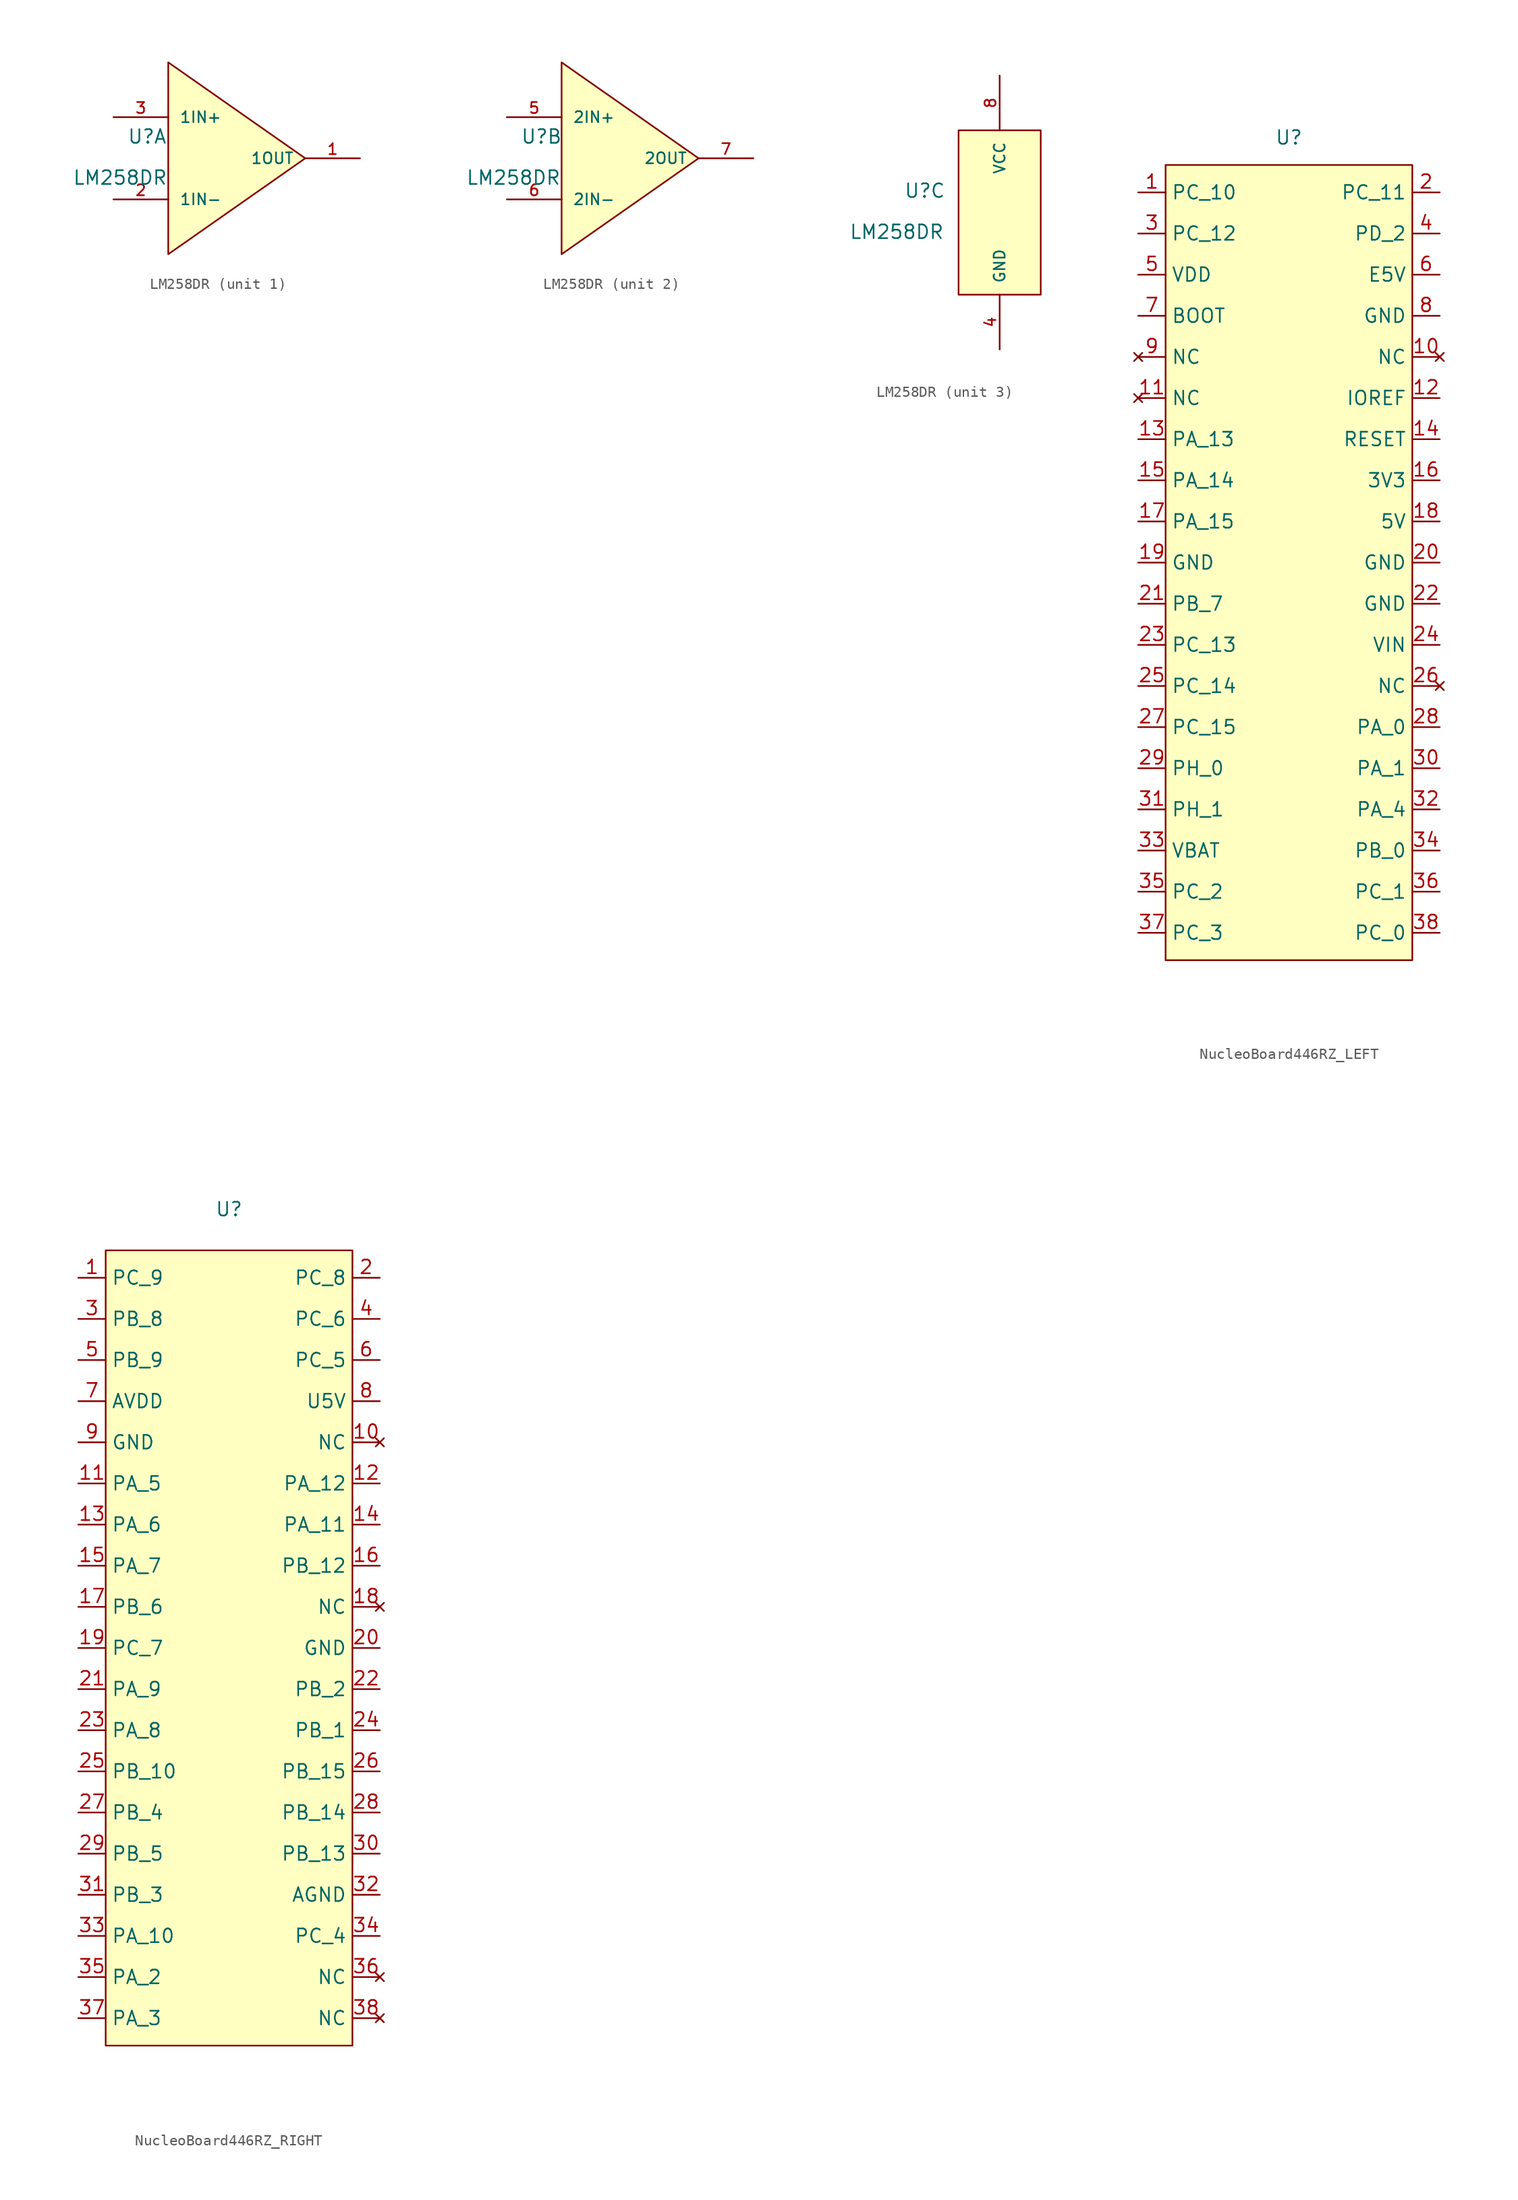
<source format=kicad_sym>
(kicad_symbol_lib
  (version 20220914)
  (generator kicad_symbol_editor)
  (symbol "LM258DR"
    (pin_names
      (offset 1.016))
    (property "Reference" "U"
      (at -8.89 1.27 0)
      (effects (font (size 1.27 1.27)) (justify left bottom)))
    (property "Value" "LM258DR"
      (at -13.97 -2.54 0)
      (effects (font (size 1.27 1.27)) (justify left bottom)))
    (symbol "LM258DR_1_0"
      (pin output line (at 12.7 0 180) (length 5.08) (name "1OUT" (effects (font (size 1.016 1.016)))) (number "1" (effects (font (size 1.016 1.016)))))
      (pin input line (at -10.16 -3.81 0) (length 5.08) (name "1IN-" (effects (font (size 1.016 1.016)))) (number "2" (effects (font (size 1.016 1.016)))))
      (pin input line (at -10.16 3.81 0) (length 5.08) (name "1IN+" (effects (font (size 1.016 1.016)))) (number "3" (effects (font (size 1.016 1.016))))))
    (symbol "LM258DR_1_1"
      (polyline (pts (xy -5.08 -8.89) (xy -5.08 8.89) (xy 7.62 0) (xy -5.08 -8.89)) (stroke (width 0) (type default)) (fill (type background))))
    (symbol "LM258DR_2_0"
      (pin input line (at -10.16 3.81 0) (length 5.08) (name "2IN+" (effects (font (size 1.016 1.016)))) (number "5" (effects (font (size 1.016 1.016)))))
      (pin input line (at -10.16 -3.81 0) (length 5.08) (name "2IN-" (effects (font (size 1.016 1.016)))) (number "6" (effects (font (size 1.016 1.016)))))
      (pin output line (at 12.7 0 180) (length 5.08) (name "2OUT" (effects (font (size 1.016 1.016)))) (number "7" (effects (font (size 1.016 1.016))))))
    (symbol "LM258DR_2_1"
      (polyline (pts (xy -5.08 -8.89) (xy -5.08 8.89) (xy 7.62 0) (xy -5.08 -8.89)) (stroke (width 0) (type default)) (fill (type background))))
    (symbol "LM258DR_3_0"
      (pin power_in line (at 0 -12.7 90) (length 5.08) (name "GND" (effects (font (size 1.016 1.016)))) (number "4" (effects (font (size 1.016 1.016)))))
      (pin power_in line (at 0 12.7 270) (length 5.08) (name "VCC" (effects (font (size 1.016 1.016)))) (number "8" (effects (font (size 1.016 1.016))))))
    (symbol "LM258DR_3_1"
      (rectangle (start -3.81 7.62) (end 3.81 -7.62) (stroke (width 0) (type default)) (fill (type background)))))
  (symbol "NucleoBoard446RZ_LEFT"
    (property "Reference" "U"
      (at 0 36.83 0)
      (effects (font (size 1.27 1.27))))
    (property "Value" ""
      (at 8.89 0 0)
      (effects (font (size 1.27 1.27))))
    (symbol "NucleoBoard446RZ_LEFT_0_1"
      (rectangle (start -11.43 34.29) (end 11.43 -39.37) (stroke (width 0) (type default) (color 132 0 0 1)) (fill (type background))))
    (symbol "NucleoBoard446RZ_LEFT_1_1"
      (pin bidirectional line (at -13.97 31.75 0) (length 2.54) (name "PC_10" (effects (font (size 1.27 1.27)))) (number "1" (effects (font (size 1.27 1.27)))))
      (pin no_connect line (at 13.97 16.51 180) (length 2.54) (name "NC" (effects (font (size 1.27 1.27)))) (number "10" (effects (font (size 1.27 1.27)))))
      (pin no_connect line (at -13.97 12.7 0) (length 2.54) (name "NC" (effects (font (size 1.27 1.27)))) (number "11" (effects (font (size 1.27 1.27)))))
      (pin power_in line (at 13.97 12.7 180) (length 2.54) (name "IOREF" (effects (font (size 1.27 1.27)))) (number "12" (effects (font (size 1.27 1.27)))))
      (pin bidirectional line (at -13.97 8.89 0) (length 2.54) (name "PA_13" (effects (font (size 1.27 1.27)))) (number "13" (effects (font (size 1.27 1.27)))))
      (pin input line (at 13.97 8.89 180) (length 2.54) (name "RESET" (effects (font (size 1.27 1.27)))) (number "14" (effects (font (size 1.27 1.27)))))
      (pin bidirectional line (at -13.97 5.08 0) (length 2.54) (name "PA_14" (effects (font (size 1.27 1.27)))) (number "15" (effects (font (size 1.27 1.27)))))
      (pin power_in line (at 13.97 5.08 180) (length 2.54) (name "3V3" (effects (font (size 1.27 1.27)))) (number "16" (effects (font (size 1.27 1.27)))))
      (pin bidirectional line (at -13.97 1.27 0) (length 2.54) (name "PA_15" (effects (font (size 1.27 1.27)))) (number "17" (effects (font (size 1.27 1.27)))))
      (pin power_in line (at 13.97 1.27 180) (length 2.54) (name "5V" (effects (font (size 1.27 1.27)))) (number "18" (effects (font (size 1.27 1.27)))))
      (pin power_in line (at -13.97 -2.54 0) (length 2.54) (name "GND" (effects (font (size 1.27 1.27)))) (number "19" (effects (font (size 1.27 1.27)))))
      (pin bidirectional line (at 13.97 31.75 180) (length 2.54) (name "PC_11" (effects (font (size 1.27 1.27)))) (number "2" (effects (font (size 1.27 1.27)))))
      (pin power_in line (at 13.97 -2.54 180) (length 2.54) (name "GND" (effects (font (size 1.27 1.27)))) (number "20" (effects (font (size 1.27 1.27)))))
      (pin bidirectional line (at -13.97 -6.35 0) (length 2.54) (name "PB_7" (effects (font (size 1.27 1.27)))) (number "21" (effects (font (size 1.27 1.27)))))
      (pin power_in line (at 13.97 -6.35 180) (length 2.54) (name "GND" (effects (font (size 1.27 1.27)))) (number "22" (effects (font (size 1.27 1.27)))))
      (pin bidirectional line (at -13.97 -10.16 0) (length 2.54) (name "PC_13" (effects (font (size 1.27 1.27)))) (number "23" (effects (font (size 1.27 1.27)))))
      (pin power_in line (at 13.97 -10.16 180) (length 2.54) (name "VIN" (effects (font (size 1.27 1.27)))) (number "24" (effects (font (size 1.27 1.27)))))
      (pin bidirectional line (at -13.97 -13.97 0) (length 2.54) (name "PC_14" (effects (font (size 1.27 1.27)))) (number "25" (effects (font (size 1.27 1.27)))))
      (pin no_connect line (at 13.97 -13.97 180) (length 2.54) (name "NC" (effects (font (size 1.27 1.27)))) (number "26" (effects (font (size 1.27 1.27)))))
      (pin bidirectional line (at -13.97 -17.78 0) (length 2.54) (name "PC_15" (effects (font (size 1.27 1.27)))) (number "27" (effects (font (size 1.27 1.27)))))
      (pin bidirectional line (at 13.97 -17.78 180) (length 2.54) (name "PA_0" (effects (font (size 1.27 1.27)))) (number "28" (effects (font (size 1.27 1.27)))))
      (pin bidirectional line (at -13.97 -21.59 0) (length 2.54) (name "PH_0" (effects (font (size 1.27 1.27)))) (number "29" (effects (font (size 1.27 1.27)))))
      (pin bidirectional line (at -13.97 27.94 0) (length 2.54) (name "PC_12" (effects (font (size 1.27 1.27)))) (number "3" (effects (font (size 1.27 1.27)))))
      (pin bidirectional line (at 13.97 -21.59 180) (length 2.54) (name "PA_1" (effects (font (size 1.27 1.27)))) (number "30" (effects (font (size 1.27 1.27)))))
      (pin bidirectional line (at -13.97 -25.4 0) (length 2.54) (name "PH_1" (effects (font (size 1.27 1.27)))) (number "31" (effects (font (size 1.27 1.27)))))
      (pin bidirectional line (at 13.97 -25.4 180) (length 2.54) (name "PA_4" (effects (font (size 1.27 1.27)))) (number "32" (effects (font (size 1.27 1.27)))))
      (pin power_in line (at -13.97 -29.21 0) (length 2.54) (name "VBAT" (effects (font (size 1.27 1.27)))) (number "33" (effects (font (size 1.27 1.27)))))
      (pin bidirectional line (at 13.97 -29.21 180) (length 2.54) (name "PB_0" (effects (font (size 1.27 1.27)))) (number "34" (effects (font (size 1.27 1.27)))))
      (pin bidirectional line (at -13.97 -33.02 0) (length 2.54) (name "PC_2" (effects (font (size 1.27 1.27)))) (number "35" (effects (font (size 1.27 1.27)))))
      (pin bidirectional line (at 13.97 -33.02 180) (length 2.54) (name "PC_1" (effects (font (size 1.27 1.27)))) (number "36" (effects (font (size 1.27 1.27)))))
      (pin bidirectional line (at -13.97 -36.83 0) (length 2.54) (name "PC_3" (effects (font (size 1.27 1.27)))) (number "37" (effects (font (size 1.27 1.27)))))
      (pin bidirectional line (at 13.97 -36.83 180) (length 2.54) (name "PC_0" (effects (font (size 1.27 1.27)))) (number "38" (effects (font (size 1.27 1.27)))))
      (pin bidirectional line (at 13.97 27.94 180) (length 2.54) (name "PD_2" (effects (font (size 1.27 1.27)))) (number "4" (effects (font (size 1.27 1.27)))))
      (pin power_in line (at -13.97 24.13 0) (length 2.54) (name "VDD" (effects (font (size 1.27 1.27)))) (number "5" (effects (font (size 1.27 1.27)))))
      (pin power_in line (at 13.97 24.13 180) (length 2.54) (name "E5V" (effects (font (size 1.27 1.27)))) (number "6" (effects (font (size 1.27 1.27)))))
      (pin output line (at -13.97 20.32 0) (length 2.54) (name "BOOT" (effects (font (size 1.27 1.27)))) (number "7" (effects (font (size 1.27 1.27)))))
      (pin power_in line (at 13.97 20.32 180) (length 2.54) (name "GND" (effects (font (size 1.27 1.27)))) (number "8" (effects (font (size 1.27 1.27)))))
      (pin no_connect line (at -13.97 16.51 0) (length 2.54) (name "NC" (effects (font (size 1.27 1.27)))) (number "9" (effects (font (size 1.27 1.27)))))))
  (symbol "NucleoBoard446RZ_RIGHT"
    (property "Reference" "U"
      (at 0 38.1 0)
      (effects (font (size 1.27 1.27))))
    (property "Value" ""
      (at -3.81 24.13 0)
      (effects (font (size 1.27 1.27))))
    (symbol "NucleoBoard446RZ_RIGHT_0_1"
      (rectangle (start -11.43 34.29) (end 11.43 -39.37) (stroke (width 0) (type default) (color 132 0 0 1)) (fill (type background))))
    (symbol "NucleoBoard446RZ_RIGHT_1_1"
      (pin bidirectional line (at -13.97 31.75 0) (length 2.54) (name "PC_9" (effects (font (size 1.27 1.27)))) (number "1" (effects (font (size 1.27 1.27)))))
      (pin no_connect line (at 13.97 16.51 180) (length 2.54) (name "NC" (effects (font (size 1.27 1.27)))) (number "10" (effects (font (size 1.27 1.27)))))
      (pin bidirectional line (at -13.97 12.7 0) (length 2.54) (name "PA_5" (effects (font (size 1.27 1.27)))) (number "11" (effects (font (size 1.27 1.27)))))
      (pin bidirectional line (at 13.97 12.7 180) (length 2.54) (name "PA_12" (effects (font (size 1.27 1.27)))) (number "12" (effects (font (size 1.27 1.27)))))
      (pin bidirectional line (at -13.97 8.89 0) (length 2.54) (name "PA_6" (effects (font (size 1.27 1.27)))) (number "13" (effects (font (size 1.27 1.27)))))
      (pin bidirectional line (at 13.97 8.89 180) (length 2.54) (name "PA_11" (effects (font (size 1.27 1.27)))) (number "14" (effects (font (size 1.27 1.27)))))
      (pin bidirectional line (at -13.97 5.08 0) (length 2.54) (name "PA_7" (effects (font (size 1.27 1.27)))) (number "15" (effects (font (size 1.27 1.27)))))
      (pin bidirectional line (at 13.97 5.08 180) (length 2.54) (name "PB_12" (effects (font (size 1.27 1.27)))) (number "16" (effects (font (size 1.27 1.27)))))
      (pin bidirectional line (at -13.97 1.27 0) (length 2.54) (name "PB_6" (effects (font (size 1.27 1.27)))) (number "17" (effects (font (size 1.27 1.27)))))
      (pin no_connect line (at 13.97 1.27 180) (length 2.54) (name "NC" (effects (font (size 1.27 1.27)))) (number "18" (effects (font (size 1.27 1.27)))))
      (pin bidirectional line (at -13.97 -2.54 0) (length 2.54) (name "PC_7" (effects (font (size 1.27 1.27)))) (number "19" (effects (font (size 1.27 1.27)))))
      (pin bidirectional line (at 13.97 31.75 180) (length 2.54) (name "PC_8" (effects (font (size 1.27 1.27)))) (number "2" (effects (font (size 1.27 1.27)))))
      (pin power_in line (at 13.97 -2.54 180) (length 2.54) (name "GND" (effects (font (size 1.27 1.27)))) (number "20" (effects (font (size 1.27 1.27)))))
      (pin bidirectional line (at -13.97 -6.35 0) (length 2.54) (name "PA_9" (effects (font (size 1.27 1.27)))) (number "21" (effects (font (size 1.27 1.27)))))
      (pin bidirectional line (at 13.97 -6.35 180) (length 2.54) (name "PB_2" (effects (font (size 1.27 1.27)))) (number "22" (effects (font (size 1.27 1.27)))))
      (pin bidirectional line (at -13.97 -10.16 0) (length 2.54) (name "PA_8" (effects (font (size 1.27 1.27)))) (number "23" (effects (font (size 1.27 1.27)))))
      (pin bidirectional line (at 13.97 -10.16 180) (length 2.54) (name "PB_1" (effects (font (size 1.27 1.27)))) (number "24" (effects (font (size 1.27 1.27)))))
      (pin bidirectional line (at -13.97 -13.97 0) (length 2.54) (name "PB_10" (effects (font (size 1.27 1.27)))) (number "25" (effects (font (size 1.27 1.27)))))
      (pin bidirectional line (at 13.97 -13.97 180) (length 2.54) (name "PB_15" (effects (font (size 1.27 1.27)))) (number "26" (effects (font (size 1.27 1.27)))))
      (pin bidirectional line (at -13.97 -17.78 0) (length 2.54) (name "PB_4" (effects (font (size 1.27 1.27)))) (number "27" (effects (font (size 1.27 1.27)))))
      (pin bidirectional line (at 13.97 -17.78 180) (length 2.54) (name "PB_14" (effects (font (size 1.27 1.27)))) (number "28" (effects (font (size 1.27 1.27)))))
      (pin bidirectional line (at -13.97 -21.59 0) (length 2.54) (name "PB_5" (effects (font (size 1.27 1.27)))) (number "29" (effects (font (size 1.27 1.27)))))
      (pin bidirectional line (at -13.97 27.94 0) (length 2.54) (name "PB_8" (effects (font (size 1.27 1.27)))) (number "3" (effects (font (size 1.27 1.27)))))
      (pin bidirectional line (at 13.97 -21.59 180) (length 2.54) (name "PB_13" (effects (font (size 1.27 1.27)))) (number "30" (effects (font (size 1.27 1.27)))))
      (pin bidirectional line (at -13.97 -25.4 0) (length 2.54) (name "PB_3" (effects (font (size 1.27 1.27)))) (number "31" (effects (font (size 1.27 1.27)))))
      (pin power_in line (at 13.97 -25.4 180) (length 2.54) (name "AGND" (effects (font (size 1.27 1.27)))) (number "32" (effects (font (size 1.27 1.27)))))
      (pin bidirectional line (at -13.97 -29.21 0) (length 2.54) (name "PA_10" (effects (font (size 1.27 1.27)))) (number "33" (effects (font (size 1.27 1.27)))))
      (pin bidirectional line (at 13.97 -29.21 180) (length 2.54) (name "PC_4" (effects (font (size 1.27 1.27)))) (number "34" (effects (font (size 1.27 1.27)))))
      (pin bidirectional line (at -13.97 -33.02 0) (length 2.54) (name "PA_2" (effects (font (size 1.27 1.27)))) (number "35" (effects (font (size 1.27 1.27)))))
      (pin no_connect line (at 13.97 -33.02 180) (length 2.54) (name "NC" (effects (font (size 1.27 1.27)))) (number "36" (effects (font (size 1.27 1.27)))))
      (pin bidirectional line (at -13.97 -36.83 0) (length 2.54) (name "PA_3" (effects (font (size 1.27 1.27)))) (number "37" (effects (font (size 1.27 1.27)))))
      (pin no_connect line (at 13.97 -36.83 180) (length 2.54) (name "NC" (effects (font (size 1.27 1.27)))) (number "38" (effects (font (size 1.27 1.27)))))
      (pin bidirectional line (at 13.97 27.94 180) (length 2.54) (name "PC_6" (effects (font (size 1.27 1.27)))) (number "4" (effects (font (size 1.27 1.27)))))
      (pin bidirectional line (at -13.97 24.13 0) (length 2.54) (name "PB_9" (effects (font (size 1.27 1.27)))) (number "5" (effects (font (size 1.27 1.27)))))
      (pin bidirectional line (at 13.97 24.13 180) (length 2.54) (name "PC_5" (effects (font (size 1.27 1.27)))) (number "6" (effects (font (size 1.27 1.27)))))
      (pin power_in line (at -13.97 20.32 0) (length 2.54) (name "AVDD" (effects (font (size 1.27 1.27)))) (number "7" (effects (font (size 1.27 1.27)))))
      (pin power_in line (at 13.97 20.32 180) (length 2.54) (name "U5V" (effects (font (size 1.27 1.27)))) (number "8" (effects (font (size 1.27 1.27)))))
      (pin power_in line (at -13.97 16.51 0) (length 2.54) (name "GND" (effects (font (size 1.27 1.27)))) (number "9" (effects (font (size 1.27 1.27))))))))
</source>
